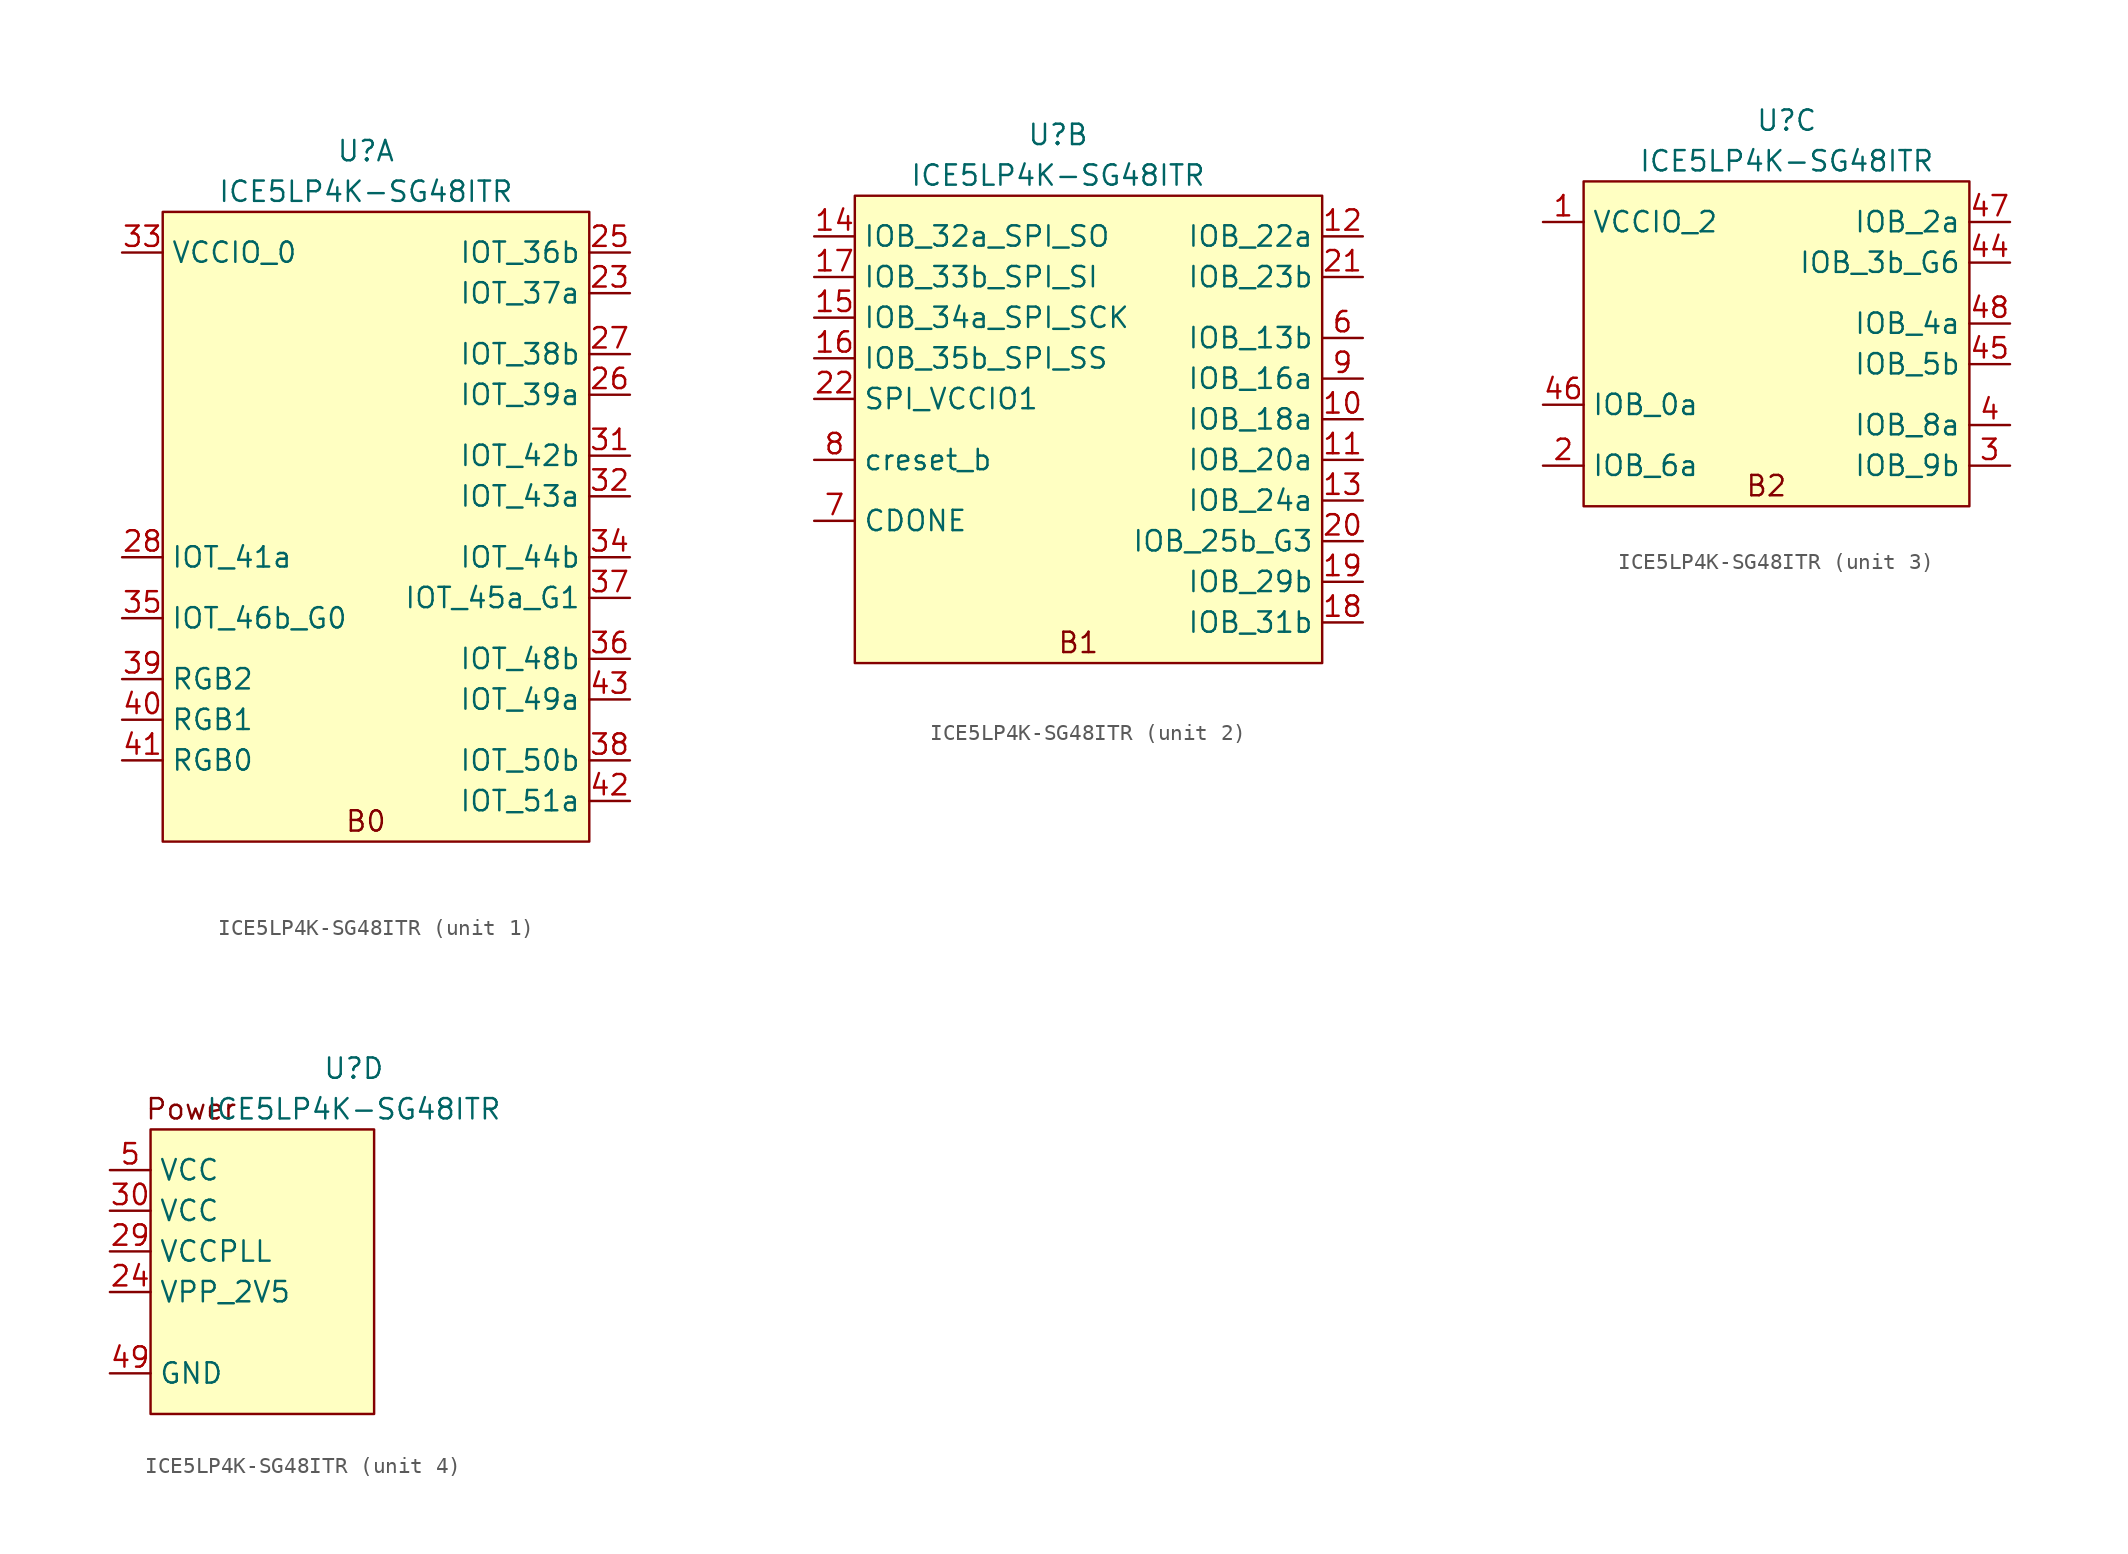
<source format=kicad_sym>
(kicad_symbol_lib
  (version 20220914)
  (generator kicad_symbol_editor)
  (symbol "ICE5LP4K-SG48ITR"
    (property "Reference" "U"
      (at 15.24 6.35 0)
      (effects (font (size 1.27 1.27))))
    (property "Value" "ICE5LP4K-SG48ITR"
      (at 15.24 3.81 0)
      (effects (font (size 1.27 1.27))))
    (property "ki_locked" ""
      (at 0 0 0)
      (effects (font (size 1.27 1.27))))
    (symbol "ICE5LP4K-SG48ITR_1_1"
      (rectangle (start 2.54 2.54) (end 29.21 -36.83) (stroke (width 0) (type default)) (fill (type background)))
      (text "B0" (at 15.24 -35.56 0) (effects (font (size 1.27 1.27))))
      (pin input line (at 31.75 -2.54 180) (length 2.54) (name "IOT_37a" (effects (font (size 1.27 1.27)))) (number "23" (effects (font (size 1.27 1.27)))))
      (pin input line (at 31.75 0 180) (length 2.54) (name "IOT_36b" (effects (font (size 1.27 1.27)))) (number "25" (effects (font (size 1.27 1.27)))))
      (pin input line (at 31.75 -8.89 180) (length 2.54) (name "IOT_39a" (effects (font (size 1.27 1.27)))) (number "26" (effects (font (size 1.27 1.27)))))
      (pin input line (at 31.75 -6.35 180) (length 2.54) (name "IOT_38b" (effects (font (size 1.27 1.27)))) (number "27" (effects (font (size 1.27 1.27)))))
      (pin input line (at 0 -19.05 0) (length 2.54) (name "IOT_41a" (effects (font (size 1.27 1.27)))) (number "28" (effects (font (size 1.27 1.27)))))
      (pin input line (at 31.75 -12.7 180) (length 2.54) (name "IOT_42b" (effects (font (size 1.27 1.27)))) (number "31" (effects (font (size 1.27 1.27)))))
      (pin input line (at 31.75 -15.24 180) (length 2.54) (name "IOT_43a" (effects (font (size 1.27 1.27)))) (number "32" (effects (font (size 1.27 1.27)))))
      (pin input line (at 0 0 0) (length 2.54) (name "VCCIO_0" (effects (font (size 1.27 1.27)))) (number "33" (effects (font (size 1.27 1.27)))))
      (pin input line (at 31.75 -19.05 180) (length 2.54) (name "IOT_44b" (effects (font (size 1.27 1.27)))) (number "34" (effects (font (size 1.27 1.27)))))
      (pin input line (at 0 -22.86 0) (length 2.54) (name "IOT_46b_G0" (effects (font (size 1.27 1.27)))) (number "35" (effects (font (size 1.27 1.27)))))
      (pin input line (at 31.75 -25.4 180) (length 2.54) (name "IOT_48b" (effects (font (size 1.27 1.27)))) (number "36" (effects (font (size 1.27 1.27)))))
      (pin input line (at 31.75 -21.59 180) (length 2.54) (name "IOT_45a_G1" (effects (font (size 1.27 1.27)))) (number "37" (effects (font (size 1.27 1.27)))))
      (pin input line (at 31.75 -31.75 180) (length 2.54) (name "IOT_50b" (effects (font (size 1.27 1.27)))) (number "38" (effects (font (size 1.27 1.27)))))
      (pin input line (at 0 -26.67 0) (length 2.54) (name "RGB2" (effects (font (size 1.27 1.27)))) (number "39" (effects (font (size 1.27 1.27)))))
      (pin input line (at 0 -29.21 0) (length 2.54) (name "RGB1" (effects (font (size 1.27 1.27)))) (number "40" (effects (font (size 1.27 1.27)))))
      (pin input line (at 0 -31.75 0) (length 2.54) (name "RGB0" (effects (font (size 1.27 1.27)))) (number "41" (effects (font (size 1.27 1.27)))))
      (pin input line (at 31.75 -34.29 180) (length 2.54) (name "IOT_51a" (effects (font (size 1.27 1.27)))) (number "42" (effects (font (size 1.27 1.27)))))
      (pin input line (at 31.75 -27.94 180) (length 2.54) (name "IOT_49a" (effects (font (size 1.27 1.27)))) (number "43" (effects (font (size 1.27 1.27))))))
    (symbol "ICE5LP4K-SG48ITR_2_1"
      (rectangle (start 2.54 2.54) (end 31.75 -26.67) (stroke (width 0) (type default)) (fill (type background)))
      (text "B1" (at 16.51 -25.4 0) (effects (font (size 1.27 1.27))))
      (pin input line (at 34.29 -11.43 180) (length 2.54) (name "IOB_18a" (effects (font (size 1.27 1.27)))) (number "10" (effects (font (size 1.27 1.27)))))
      (pin input line (at 34.29 -13.97 180) (length 2.54) (name "IOB_20a" (effects (font (size 1.27 1.27)))) (number "11" (effects (font (size 1.27 1.27)))))
      (pin input line (at 34.29 0 180) (length 2.54) (name "IOB_22a" (effects (font (size 1.27 1.27)))) (number "12" (effects (font (size 1.27 1.27)))))
      (pin input line (at 34.29 -16.51 180) (length 2.54) (name "IOB_24a" (effects (font (size 1.27 1.27)))) (number "13" (effects (font (size 1.27 1.27)))))
      (pin input line (at 0 0 0) (length 2.54) (name "IOB_32a_SPI_SO" (effects (font (size 1.27 1.27)))) (number "14" (effects (font (size 1.27 1.27)))))
      (pin input line (at 0 -5.08 0) (length 2.54) (name "IOB_34a_SPI_SCK" (effects (font (size 1.27 1.27)))) (number "15" (effects (font (size 1.27 1.27)))))
      (pin input line (at 0 -7.62 0) (length 2.54) (name "IOB_35b_SPI_SS" (effects (font (size 1.27 1.27)))) (number "16" (effects (font (size 1.27 1.27)))))
      (pin input line (at 0 -2.54 0) (length 2.54) (name "IOB_33b_SPI_SI" (effects (font (size 1.27 1.27)))) (number "17" (effects (font (size 1.27 1.27)))))
      (pin input line (at 34.29 -24.13 180) (length 2.54) (name "IOB_31b" (effects (font (size 1.27 1.27)))) (number "18" (effects (font (size 1.27 1.27)))))
      (pin input line (at 34.29 -21.59 180) (length 2.54) (name "IOB_29b" (effects (font (size 1.27 1.27)))) (number "19" (effects (font (size 1.27 1.27)))))
      (pin input line (at 34.29 -19.05 180) (length 2.54) (name "IOB_25b_G3" (effects (font (size 1.27 1.27)))) (number "20" (effects (font (size 1.27 1.27)))))
      (pin input line (at 34.29 -2.54 180) (length 2.54) (name "IOB_23b" (effects (font (size 1.27 1.27)))) (number "21" (effects (font (size 1.27 1.27)))))
      (pin power_in line (at 0 -10.16 0) (length 2.54) (name "SPI_VCCIO1" (effects (font (size 1.27 1.27)))) (number "22" (effects (font (size 1.27 1.27)))))
      (pin input line (at 34.29 -6.35 180) (length 2.54) (name "IOB_13b" (effects (font (size 1.27 1.27)))) (number "6" (effects (font (size 1.27 1.27)))))
      (pin input line (at 0 -17.78 0) (length 2.54) (name "CDONE" (effects (font (size 1.27 1.27)))) (number "7" (effects (font (size 1.27 1.27)))))
      (pin input line (at 0 -13.97 0) (length 2.54) (name "creset_b" (effects (font (size 1.27 1.27)))) (number "8" (effects (font (size 1.27 1.27)))))
      (pin input line (at 34.29 -8.89 180) (length 2.54) (name "IOB_16a" (effects (font (size 1.27 1.27)))) (number "9" (effects (font (size 1.27 1.27))))))
    (symbol "ICE5LP4K-SG48ITR_3_1"
      (rectangle (start 2.54 2.54) (end 26.67 -17.78) (stroke (width 0) (type default)) (fill (type background)))
      (text "B2" (at 13.97 -16.51 0) (effects (font (size 1.27 1.27))))
      (pin input line (at 0 0 0) (length 2.54) (name "VCCIO_2" (effects (font (size 1.27 1.27)))) (number "1" (effects (font (size 1.27 1.27)))))
      (pin input line (at 0 -15.24 0) (length 2.54) (name "IOB_6a" (effects (font (size 1.27 1.27)))) (number "2" (effects (font (size 1.27 1.27)))))
      (pin input line (at 29.21 -15.24 180) (length 2.54) (name "IOB_9b" (effects (font (size 1.27 1.27)))) (number "3" (effects (font (size 1.27 1.27)))))
      (pin input line (at 29.21 -12.7 180) (length 2.54) (name "IOB_8a" (effects (font (size 1.27 1.27)))) (number "4" (effects (font (size 1.27 1.27)))))
      (pin input line (at 29.21 -2.54 180) (length 2.54) (name "IOB_3b_G6" (effects (font (size 1.27 1.27)))) (number "44" (effects (font (size 1.27 1.27)))))
      (pin input line (at 29.21 -8.89 180) (length 2.54) (name "IOB_5b" (effects (font (size 1.27 1.27)))) (number "45" (effects (font (size 1.27 1.27)))))
      (pin input line (at 0 -11.43 0) (length 2.54) (name "IOB_0a" (effects (font (size 1.27 1.27)))) (number "46" (effects (font (size 1.27 1.27)))))
      (pin input line (at 29.21 0 180) (length 2.54) (name "IOB_2a" (effects (font (size 1.27 1.27)))) (number "47" (effects (font (size 1.27 1.27)))))
      (pin input line (at 29.21 -6.35 180) (length 2.54) (name "IOB_4a" (effects (font (size 1.27 1.27)))) (number "48" (effects (font (size 1.27 1.27))))))
    (symbol "ICE5LP4K-SG48ITR_4_1"
      (rectangle (start 2.54 2.54) (end 16.51 -15.24) (stroke (width 0) (type default)) (fill (type background)))
      (text "Power" (at 5.08 3.81 0) (effects (font (size 1.27 1.27))))
      (pin input line (at 0 -7.62 0) (length 2.54) (name "VPP_2V5" (effects (font (size 1.27 1.27)))) (number "24" (effects (font (size 1.27 1.27)))))
      (pin input line (at 0 -5.08 0) (length 2.54) (name "VCCPLL" (effects (font (size 1.27 1.27)))) (number "29" (effects (font (size 1.27 1.27)))))
      (pin input line (at 0 -2.54 0) (length 2.54) (name "VCC" (effects (font (size 1.27 1.27)))) (number "30" (effects (font (size 1.27 1.27)))))
      (pin power_out line (at 0 -12.7 0) (length 2.54) (name "GND" (effects (font (size 1.27 1.27)))) (number "49" (effects (font (size 1.27 1.27)))))
      (pin input line (at 0 0 0) (length 2.54) (name "VCC" (effects (font (size 1.27 1.27)))) (number "5" (effects (font (size 1.27 1.27))))))))
</source>
